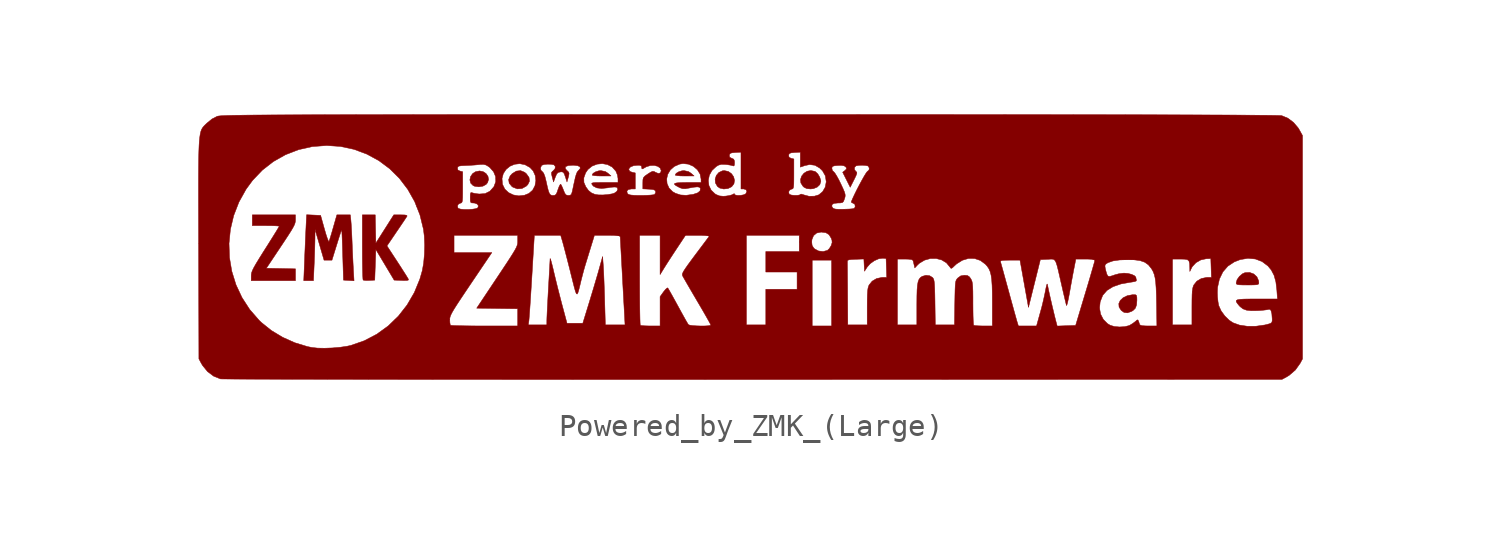
<source format=kicad_sym>
(kicad_symbol_lib
  (version 20211014)
  (generator kicad_symbol_editor)
  (symbol "Powered_by_ZMK_(Large)"
    (pin_names
      (offset 1.016))
    (property "Reference" "G"
      (at 0 5.373 0)
      (effects (font (size 1.27 1.27)) hide))
    (symbol "Powered_by_ZMK_(Large)_0_0"
      (polyline (pts (xy -6.326 3.227) (xy -6.463 3.348) (xy -6.578 3.425) (xy -6.782 3.468) (xy -6.883 3.458) (xy -7.027 3.412) (xy -7.137 3.345) (xy -7.18 3.27) (xy -7.172 3.261) (xy -7.092 3.242) (xy -6.945 3.229) (xy -6.753 3.225) (xy -6.326 3.227)) (stroke (width 0.01) (type default) (color 0 0 0 0)) (fill (type outline)))
      (polyline (pts (xy -2.564 3.227) (xy -2.701 3.348) (xy -2.817 3.425) (xy -3.02 3.468) (xy -3.122 3.458) (xy -3.266 3.412) (xy -3.376 3.345) (xy -3.419 3.27) (xy -3.411 3.261) (xy -3.33 3.242) (xy -3.184 3.229) (xy -2.992 3.225) (xy -2.564 3.227)) (stroke (width 0.01) (type default) (color 0 0 0 0)) (fill (type outline)))
      (polyline (pts (xy -12.124 2.765) (xy -11.983 2.842) (xy -11.917 2.921) (xy -11.87 3.067) (xy -11.897 3.211) (xy -11.983 3.334) (xy -12.115 3.421) (xy -12.278 3.454) (xy -12.459 3.418) (xy -12.588 3.336) (xy -12.684 3.2) (xy -12.716 3.047) (xy -12.679 2.901) (xy -12.568 2.79) (xy -12.489 2.757) (xy -12.308 2.735) (xy -12.124 2.765)) (stroke (width 0.01) (type default) (color 0 0 0 0)) (fill (type outline)))
      (polyline (pts (xy -10.357 2.658) (xy -10.164 2.764) (xy -10.091 2.838) (xy -10.016 2.994) (xy -10.038 3.158) (xy -10.156 3.325) (xy -10.239 3.394) (xy -10.422 3.468) (xy -10.614 3.446) (xy -10.802 3.329) (xy -10.895 3.225) (xy -10.961 3.06) (xy -10.935 2.897) (xy -10.815 2.752) (xy -10.766 2.717) (xy -10.566 2.642) (xy -10.357 2.658)) (stroke (width 0.01) (type default) (color 0 0 0 0)) (fill (type outline)))
      (polyline (pts (xy -1.03 2.656) (xy -0.861 2.739) (xy -0.861 2.739) (xy -0.759 2.872) (xy -0.733 3.029) (xy -0.773 3.189) (xy -0.871 3.33) (xy -1.014 3.43) (xy -1.195 3.468) (xy -1.281 3.459) (xy -1.442 3.384) (xy -1.556 3.251) (xy -1.611 3.085) (xy -1.598 2.91) (xy -1.506 2.751) (xy -1.4 2.677) (xy -1.222 2.636) (xy -1.03 2.656)) (stroke (width 0.01) (type default) (color 0 0 0 0)) (fill (type outline)))
      (polyline (pts (xy 17.244 -2.906) (xy 17.309 -2.868) (xy 17.416 -2.763) (xy 17.471 -2.614) (xy 17.487 -2.397) (xy 17.485 -2.281) (xy 17.471 -2.191) (xy 17.432 -2.156) (xy 17.353 -2.15) (xy 17.282 -2.152) (xy 17.05 -2.196) (xy 16.863 -2.287) (xy 16.732 -2.411) (xy 16.667 -2.556) (xy 16.679 -2.71) (xy 16.776 -2.86) (xy 16.906 -2.953) (xy 17.059 -2.972) (xy 17.244 -2.906)) (stroke (width 0.01) (type default) (color 0 0 0 0)) (fill (type outline)))
      (polyline (pts (xy 2.838 2.651) (xy 3.01 2.721) (xy 3.13 2.836) (xy 3.175 2.98) (xy 3.172 3.019) (xy 3.124 3.174) (xy 3.036 3.322) (xy 2.933 3.418) (xy 2.901 3.434) (xy 2.721 3.472) (xy 2.553 3.439) (xy 2.41 3.349) (xy 2.306 3.22) (xy 2.255 3.068) (xy 2.271 2.908) (xy 2.367 2.758) (xy 2.417 2.713) (xy 2.539 2.654) (xy 2.711 2.638) (xy 2.838 2.651)) (stroke (width 0.01) (type default) (color 0 0 0 0)) (fill (type outline)))
      (polyline (pts (xy 22.773 -1.707) (xy 22.901 -1.7) (xy 22.971 -1.683) (xy 23.001 -1.654) (xy 23.006 -1.609) (xy 22.998 -1.521) (xy 22.92 -1.342) (xy 22.778 -1.211) (xy 22.591 -1.143) (xy 22.381 -1.153) (xy 22.27 -1.201) (xy 22.128 -1.32) (xy 22.022 -1.47) (xy 21.981 -1.619) (xy 21.981 -1.623) (xy 21.991 -1.662) (xy 22.03 -1.688) (xy 22.115 -1.702) (xy 22.264 -1.708) (xy 22.494 -1.71) (xy 22.57 -1.71) (xy 22.773 -1.707)) (stroke (width 0.01) (type default) (color 0 0 0 0)) (fill (type outline)))
      (polyline (pts (xy -20.613 -0.98) (xy -21.273 -0.966) (xy -21.932 -0.953) (xy -21.273 0.036) (xy -21.118 0.269) (xy -20.946 0.531) (xy -20.817 0.733) (xy -20.727 0.886) (xy -20.667 1.002) (xy -20.633 1.093) (xy -20.617 1.17) (xy -20.613 1.245) (xy -20.613 1.465) (xy -22.567 1.465) (xy -22.567 0.977) (xy -21.93 0.977) (xy -21.702 0.975) (xy -21.517 0.969) (xy -21.392 0.961) (xy -21.346 0.952) (xy -21.359 0.926) (xy -21.417 0.828) (xy -21.515 0.667) (xy -21.647 0.455) (xy -21.804 0.204) (xy -21.981 -0.075) (xy -22.096 -0.257) (xy -22.271 -0.537) (xy -22.402 -0.753) (xy -22.495 -0.917) (xy -22.557 -1.042) (xy -22.594 -1.139) (xy -22.611 -1.219) (xy -22.616 -1.296) (xy -22.616 -1.514) (xy -20.613 -1.514) (xy -20.613 -0.98)) (stroke (width 0.01) (type default) (color 0 0 0 0)) (fill (type outline)))
      (polyline (pts (xy -15.575 -1.506) (xy -15.505 -1.489) (xy -15.496 -1.456) (xy -15.522 -1.409) (xy -15.594 -1.291) (xy -15.704 -1.118) (xy -15.84 -0.905) (xy -15.995 -0.666) (xy -16.47 0.06) (xy -16.034 0.702) (xy -15.944 0.834) (xy -15.802 1.044) (xy -15.684 1.219) (xy -15.601 1.345) (xy -15.563 1.404) (xy -15.558 1.414) (xy -15.578 1.445) (xy -15.669 1.461) (xy -15.844 1.465) (xy -16.161 1.465) (xy -16.567 0.825) (xy -16.974 0.185) (xy -16.988 0.825) (xy -17.001 1.465) (xy -17.585 1.465) (xy -17.585 0.008) (xy -17.584 -0.116) (xy -17.583 -0.475) (xy -17.579 -0.798) (xy -17.573 -1.073) (xy -17.567 -1.287) (xy -17.559 -1.428) (xy -17.55 -1.484) (xy -17.522 -1.495) (xy -17.417 -1.506) (xy -17.269 -1.504) (xy -17.023 -1.49) (xy -16.998 -0.797) (xy -16.974 -0.104) (xy -16.559 -0.797) (xy -16.144 -1.49) (xy -15.808 -1.504) (xy -15.721 -1.508) (xy -15.575 -1.506)) (stroke (width 0.01) (type default) (color 0 0 0 0)) (fill (type outline)))
      (polyline (pts (xy -17.992 -0.992) (xy -17.992 -0.983) (xy -18.006 -0.722) (xy -18.021 -0.404) (xy -18.037 -0.069) (xy -18.049 0.244) (xy -18.052 0.312) (xy -18.064 0.59) (xy -18.078 0.85) (xy -18.091 1.065) (xy -18.103 1.209) (xy -18.129 1.465) (xy -18.738 1.465) (xy -18.902 0.891) (xy -18.903 0.889) (xy -18.968 0.662) (xy -19.027 0.467) (xy -19.072 0.325) (xy -19.096 0.257) (xy -19.1 0.254) (xy -19.129 0.297) (xy -19.176 0.416) (xy -19.235 0.595) (xy -19.3 0.819) (xy -19.474 1.441) (xy -20.109 1.47) (xy -20.14 0.82) (xy -20.145 0.717) (xy -20.16 0.402) (xy -20.175 0.041) (xy -20.191 -0.329) (xy -20.204 -0.672) (xy -20.238 -1.514) (xy -19.798 -1.514) (xy -19.766 -0.774) (xy -19.763 -0.706) (xy -19.751 -0.399) (xy -19.741 -0.093) (xy -19.734 0.179) (xy -19.73 0.386) (xy -19.727 0.806) (xy -19.523 0.11) (xy -19.319 -0.586) (xy -19.14 -0.586) (xy -18.961 -0.586) (xy -18.783 -0.012) (xy -18.712 0.216) (xy -18.646 0.427) (xy -18.593 0.59) (xy -18.563 0.684) (xy -18.533 0.764) (xy -18.519 0.758) (xy -18.51 0.659) (xy -18.509 0.65) (xy -18.504 0.542) (xy -18.497 0.356) (xy -18.488 0.112) (xy -18.479 -0.176) (xy -18.469 -0.488) (xy -18.439 -1.49) (xy -18.2 -1.505) (xy -17.961 -1.52) (xy -17.992 -0.992)) (stroke (width 0.01) (type default) (color 0 0 0 0)) (fill (type outline)))
      (polyline (pts (xy -2.931 -5.992) (xy -1.429 -5.991) (xy 0.098 -5.991) (xy 24.057 -5.984) (xy 24.259 -5.876) (xy 24.379 -5.803) (xy 24.662 -5.56) (xy 24.877 -5.258) (xy 24.985 -5.056) (xy 24.985 5.056) (xy 24.838 5.32) (xy 24.787 5.404) (xy 24.578 5.65) (xy 24.323 5.841) (xy 24.047 5.956) (xy 23.997 5.96) (xy 23.869 5.965) (xy 23.665 5.969) (xy 23.384 5.973) (xy 23.023 5.976) (xy 22.583 5.979) (xy 22.062 5.983) (xy 21.46 5.986) (xy 20.776 5.988) (xy 20.008 5.991) (xy 19.155 5.993) (xy 18.217 5.996) (xy 17.193 5.998) (xy 16.082 6) (xy 14.883 6.001) (xy 13.594 6.003) (xy 12.215 6.004) (xy 10.746 6.005) (xy 9.184 6.006) (xy 7.529 6.007) (xy 5.781 6.007) (xy 3.938 6.008) (xy 1.998 6.008) (xy -2.608 6.008) (xy -4.302 6.008) (xy -5.905 6.008) (xy -7.418 6.008) (xy -8.846 6.007) (xy -10.189 6.007) (xy -11.451 6.007) (xy -12.635 6.006) (xy -13.742 6.006) (xy -14.776 6.005) (xy -15.738 6.004) (xy -16.632 6.003) (xy -17.46 6.002) (xy -18.225 6.001) (xy -18.929 5.999) (xy -19.574 5.998) (xy -20.164 5.996) (xy -20.701 5.994) (xy -21.186 5.992) (xy -21.624 5.99) (xy -22.017 5.987) (xy -22.366 5.985) (xy -22.674 5.982) (xy -22.945 5.979) (xy -23.181 5.975) (xy -23.384 5.972) (xy -23.557 5.968) (xy -23.701 5.964) (xy -23.821 5.959) (xy -23.919 5.955) (xy -23.996 5.95) (xy -24.056 5.944) (xy -24.101 5.939) (xy -24.133 5.933) (xy -24.156 5.927) (xy -24.161 5.925) (xy -24.395 5.804) (xy -24.626 5.614) (xy -24.635 5.605) (xy -24.695 5.548) (xy -24.748 5.495) (xy -24.794 5.443) (xy -24.835 5.385) (xy -24.871 5.315) (xy -24.901 5.228) (xy -24.926 5.117) (xy -24.947 4.978) (xy -24.965 4.804) (xy -24.978 4.59) (xy -24.988 4.329) (xy -24.996 4.017) (xy -25 3.647) (xy -25.003 3.214) (xy -25.004 2.712) (xy -25.004 2.135) (xy -25.002 1.478) (xy -25 0.734) (xy -24.999 0.169) (xy -23.622 0.169) (xy -23.559 0.806) (xy -23.41 1.434) (xy -23.173 2.044) (xy -22.848 2.627) (xy -22.555 3.026) (xy -22.112 3.49) (xy -21.612 3.879) (xy -21.062 4.189) (xy -20.471 4.417) (xy -19.847 4.557) (xy -19.197 4.605) (xy -18.577 4.563) (xy -17.961 4.431) (xy -17.38 4.215) (xy -16.839 3.921) (xy -16.346 3.553) (xy -15.907 3.118) (xy -15.528 2.62) (xy -15.216 2.067) (xy -15.134 1.859) (xy -13.281 1.859) (xy -13.242 1.946) (xy -13.151 1.994) (xy -13.13 1.997) (xy -13.093 2.012) (xy -13.069 2.048) (xy -13.054 2.121) (xy -13.046 2.246) (xy -13.043 2.438) (xy -13.042 2.713) (xy -13.042 3.417) (xy -13.167 3.449) (xy -13.26 3.496) (xy -13.277 3.584) (xy -13.276 3.59) (xy -13.257 3.643) (xy -13.205 3.674) (xy -13.101 3.69) (xy -12.92 3.698) (xy -12.744 3.706) (xy -12.507 3.721) (xy -12.309 3.739) (xy -12.252 3.745) (xy -12.101 3.75) (xy -11.989 3.723) (xy -11.875 3.656) (xy -11.81 3.607) (xy -11.642 3.415) (xy -11.551 3.196) (xy -11.548 3.109) (xy -11.261 3.109) (xy -11.202 3.334) (xy -11.076 3.523) (xy -10.9 3.667) (xy -10.689 3.756) (xy -10.457 3.782) (xy -10.219 3.735) (xy -9.989 3.606) (xy -9.978 3.593) (xy -9.521 3.593) (xy -9.466 3.703) (xy -9.452 3.713) (xy -9.349 3.745) (xy -9.199 3.76) (xy -9.042 3.756) (xy -8.918 3.732) (xy -8.902 3.724) (xy -8.847 3.651) (xy -8.862 3.552) (xy -8.944 3.461) (xy -8.975 3.439) (xy -9.017 3.388) (xy -9.02 3.311) (xy -8.987 3.174) (xy -8.928 2.955) (xy -8.847 3.175) (xy -8.84 3.193) (xy -8.781 3.323) (xy -8.715 3.386) (xy -8.617 3.409) (xy -8.558 3.413) (xy -8.491 3.395) (xy -8.444 3.328) (xy -8.394 3.19) (xy -8.319 2.955) (xy -8.26 3.165) (xy -8.245 3.221) (xy -8.225 3.332) (xy -8.244 3.4) (xy -8.309 3.463) (xy -8.338 3.487) (xy -8.403 3.581) (xy -8.376 3.652) (xy -8.261 3.697) (xy -8.06 3.712) (xy -8.016 3.712) (xy -7.832 3.69) (xy -7.731 3.641) (xy -7.718 3.567) (xy -7.797 3.473) (xy -7.801 3.47) (xy -7.84 3.428) (xy -7.875 3.365) (xy -7.911 3.265) (xy -7.944 3.14) (xy -7.557 3.14) (xy -7.475 3.367) (xy -7.374 3.516) (xy -7.186 3.67) (xy -6.96 3.76) (xy -6.72 3.785) (xy -6.484 3.742) (xy -6.274 3.631) (xy -6.111 3.451) (xy -6.101 3.435) (xy -6.035 3.272) (xy -6.008 3.108) (xy -6.008 2.931) (xy -6.62 2.931) (xy -6.852 2.93) (xy -7.029 2.927) (xy -7.136 2.918) (xy -7.188 2.902) (xy -7.199 2.876) (xy -7.183 2.837) (xy -7.125 2.766) (xy -6.969 2.686) (xy -6.748 2.66) (xy -6.476 2.689) (xy -6.324 2.714) (xy -6.174 2.726) (xy -6.084 2.719) (xy -6.047 2.697) (xy -6.017 2.622) (xy -6.053 2.545) (xy -5.607 2.545) (xy -5.539 2.612) (xy -5.399 2.638) (xy -5.227 2.638) (xy -5.227 3.363) (xy -5.373 3.395) (xy -5.481 3.439) (xy -5.52 3.522) (xy -5.516 3.551) (xy -5.445 3.635) (xy -5.301 3.692) (xy -5.101 3.712) (xy -5.03 3.709) (xy -4.953 3.683) (xy -4.934 3.615) (xy -4.933 3.587) (xy -4.923 3.545) (xy -4.878 3.555) (xy -4.775 3.615) (xy -4.725 3.642) (xy -4.546 3.698) (xy -4.366 3.703) (xy -4.208 3.662) (xy -4.097 3.581) (xy -4.054 3.464) (xy -4.054 3.456) (xy -4.092 3.363) (xy -4.184 3.34) (xy -4.311 3.391) (xy -4.374 3.428) (xy -4.439 3.436) (xy -4.523 3.401) (xy -4.656 3.317) (xy -4.659 3.315) (xy -4.788 3.225) (xy -4.855 3.151) (xy -4.87 3.094) (xy -3.805 3.094) (xy -3.754 3.306) (xy -3.638 3.5) (xy -3.458 3.658) (xy -3.217 3.763) (xy -3.061 3.787) (xy -2.818 3.76) (xy -2.596 3.662) (xy -2.414 3.507) (xy -2.292 3.309) (xy -2.247 3.08) (xy -2.247 3.026) (xy -1.92 3.026) (xy -1.873 3.259) (xy -1.753 3.475) (xy -1.56 3.655) (xy -1.453 3.718) (xy -1.323 3.752) (xy -1.148 3.747) (xy -1.067 3.739) (xy -0.916 3.715) (xy -0.818 3.689) (xy -0.771 3.677) (xy -0.74 3.712) (xy -0.733 3.824) (xy -0.737 3.908) (xy -0.771 3.987) (xy -0.858 4.026) (xy -0.865 4.028) (xy -0.954 4.076) (xy -0.968 4.166) (xy -0.962 4.194) (xy -0.929 4.247) (xy -0.849 4.274) (xy -0.696 4.289) (xy -0.44 4.303) (xy -0.44 2.638) (xy -0.323 2.638) (xy -0.312 2.638) (xy -0.207 2.6) (xy -0.174 2.518) (xy -0.186 2.494) (xy 1.715 2.494) (xy 1.754 2.581) (xy 1.844 2.629) (xy 1.86 2.631) (xy 1.899 2.644) (xy 1.925 2.677) (xy 1.941 2.745) (xy 1.95 2.865) (xy 1.953 3.051) (xy 1.954 3.32) (xy 1.954 3.995) (xy 1.829 4.026) (xy 1.822 4.028) (xy 1.733 4.076) (xy 1.719 4.166) (xy 1.724 4.194) (xy 1.758 4.247) (xy 1.838 4.274) (xy 1.99 4.289) (xy 2.247 4.303) (xy 2.247 3.626) (xy 2.453 3.697) (xy 2.67 3.742) (xy 2.909 3.71) (xy 3.127 3.582) (xy 3.128 3.581) (xy 3.673 3.581) (xy 3.681 3.617) (xy 3.717 3.664) (xy 3.803 3.689) (xy 3.961 3.702) (xy 4.114 3.704) (xy 4.232 3.684) (xy 4.302 3.635) (xy 4.328 3.6) (xy 4.335 3.541) (xy 4.267 3.474) (xy 4.164 3.395) (xy 4.335 3.054) (xy 4.506 2.714) (xy 4.675 3.05) (xy 4.693 3.084) (xy 4.769 3.244) (xy 4.804 3.342) (xy 4.802 3.397) (xy 4.767 3.429) (xy 4.757 3.435) (xy 4.698 3.518) (xy 4.701 3.615) (xy 4.766 3.683) (xy 4.778 3.686) (xy 4.888 3.705) (xy 5.031 3.712) (xy 5.056 3.712) (xy 5.197 3.702) (xy 5.296 3.683) (xy 5.322 3.668) (xy 5.368 3.588) (xy 5.356 3.495) (xy 5.288 3.434) (xy 5.278 3.428) (xy 5.224 3.356) (xy 5.14 3.22) (xy 5.037 3.037) (xy 4.922 2.826) (xy 4.807 2.604) (xy 4.701 2.389) (xy 4.613 2.2) (xy 4.553 2.054) (xy 4.566 2.024) (xy 4.642 1.988) (xy 4.715 1.946) (xy 4.73 1.847) (xy 4.729 1.84) (xy 4.714 1.79) (xy 4.678 1.758) (xy 4.6 1.739) (xy 4.462 1.728) (xy 4.245 1.72) (xy 4.237 1.72) (xy 4.007 1.717) (xy 3.856 1.724) (xy 3.765 1.745) (xy 3.714 1.781) (xy 3.675 1.843) (xy 3.68 1.929) (xy 3.772 1.984) (xy 3.947 2.003) (xy 4.06 2.005) (xy 4.153 2.023) (xy 4.205 2.078) (xy 4.247 2.192) (xy 4.263 2.242) (xy 4.279 2.321) (xy 4.273 2.403) (xy 4.241 2.509) (xy 4.177 2.66) (xy 4.075 2.878) (xy 3.99 3.051) (xy 3.891 3.231) (xy 3.807 3.363) (xy 3.749 3.425) (xy 3.699 3.469) (xy 3.673 3.581) (xy 3.128 3.581) (xy 3.253 3.456) (xy 3.379 3.233) (xy 3.419 2.97) (xy 3.419 2.958) (xy 3.374 2.718) (xy 3.256 2.514) (xy 3.082 2.371) (xy 2.885 2.311) (xy 2.64 2.307) (xy 2.406 2.369) (xy 2.381 2.379) (xy 2.285 2.405) (xy 2.247 2.391) (xy 2.21 2.364) (xy 2.109 2.349) (xy 1.978 2.348) (xy 1.852 2.36) (xy 1.766 2.388) (xy 1.741 2.409) (xy 1.715 2.494) (xy -0.186 2.494) (xy -0.225 2.419) (xy -0.234 2.412) (xy -0.325 2.372) (xy -0.454 2.349) (xy -0.587 2.345) (xy -0.691 2.361) (xy -0.733 2.399) (xy -0.745 2.428) (xy -0.803 2.396) (xy -0.845 2.374) (xy -0.972 2.338) (xy -1.132 2.314) (xy -1.245 2.307) (xy -1.414 2.323) (xy -1.563 2.383) (xy -1.619 2.418) (xy -1.792 2.586) (xy -1.893 2.795) (xy -1.92 3.026) (xy -2.247 3.026) (xy -2.247 2.931) (xy -2.884 2.931) (xy -3.161 2.926) (xy -3.345 2.913) (xy -3.442 2.888) (xy -3.455 2.848) (xy -3.389 2.791) (xy -3.249 2.715) (xy -3.184 2.684) (xy -3.074 2.65) (xy -2.955 2.649) (xy -2.785 2.679) (xy -2.584 2.716) (xy -2.421 2.732) (xy -2.325 2.718) (xy -2.282 2.674) (xy -2.278 2.66) (xy -2.293 2.551) (xy -2.399 2.462) (xy -2.591 2.398) (xy -2.624 2.391) (xy -2.925 2.35) (xy -3.176 2.366) (xy -3.406 2.441) (xy -3.537 2.516) (xy -3.699 2.682) (xy -3.787 2.88) (xy -3.805 3.094) (xy -4.87 3.094) (xy -4.881 3.056) (xy -4.885 2.904) (xy -4.885 2.643) (xy -4.604 2.628) (xy -4.55 2.625) (xy -4.408 2.608) (xy -4.335 2.576) (xy -4.306 2.521) (xy -4.307 2.465) (xy -4.355 2.388) (xy -4.409 2.374) (xy -4.546 2.359) (xy -4.739 2.349) (xy -4.964 2.345) (xy -5.024 2.345) (xy -5.261 2.349) (xy -5.42 2.362) (xy -5.517 2.384) (xy -5.568 2.417) (xy -5.591 2.45) (xy -5.607 2.545) (xy -6.053 2.545) (xy -6.059 2.532) (xy -6.165 2.453) (xy -6.269 2.418) (xy -6.466 2.384) (xy -6.69 2.366) (xy -6.901 2.369) (xy -7.058 2.395) (xy -7.21 2.459) (xy -7.344 2.566) (xy -7.467 2.736) (xy -7.553 2.934) (xy -7.557 3.14) (xy -7.944 3.14) (xy -7.951 3.115) (xy -8 2.898) (xy -8.063 2.601) (xy -8.087 2.495) (xy -8.122 2.396) (xy -8.171 2.353) (xy -8.252 2.345) (xy -8.28 2.345) (xy -8.358 2.367) (xy -8.415 2.436) (xy -8.475 2.577) (xy -8.506 2.658) (xy -8.561 2.783) (xy -8.599 2.851) (xy -8.626 2.84) (xy -8.672 2.757) (xy -8.724 2.619) (xy -8.765 2.494) (xy -8.813 2.396) (xy -8.868 2.354) (xy -8.949 2.345) (xy -9.007 2.348) (xy -9.067 2.372) (xy -9.114 2.432) (xy -9.158 2.542) (xy -9.204 2.719) (xy -9.261 2.976) (xy -9.315 3.193) (xy -9.375 3.351) (xy -9.436 3.424) (xy -9.498 3.482) (xy -9.521 3.593) (xy -9.978 3.593) (xy -9.849 3.452) (xy -9.755 3.24) (xy -9.729 3.008) (xy -9.769 2.782) (xy -9.874 2.583) (xy -10.043 2.436) (xy -10.244 2.354) (xy -10.498 2.325) (xy -10.744 2.366) (xy -10.963 2.471) (xy -11.134 2.632) (xy -11.237 2.842) (xy -11.241 2.856) (xy -11.261 3.109) (xy -11.548 3.109) (xy -11.544 2.966) (xy -11.625 2.747) (xy -11.636 2.73) (xy -11.809 2.535) (xy -12.025 2.428) (xy -12.285 2.409) (xy -12.366 2.417) (xy -12.517 2.44) (xy -12.614 2.466) (xy -12.64 2.475) (xy -12.679 2.465) (xy -12.696 2.397) (xy -12.7 2.252) (xy -12.698 2.128) (xy -12.684 2.042) (xy -12.642 2.008) (xy -12.559 2.003) (xy -12.494 1.997) (xy -12.38 1.951) (xy -12.329 1.873) (xy -12.358 1.783) (xy -12.365 1.776) (xy -12.455 1.743) (xy -12.607 1.72) (xy -12.791 1.708) (xy -12.976 1.709) (xy -13.133 1.724) (xy -13.23 1.753) (xy -13.255 1.774) (xy -13.281 1.859) (xy -15.134 1.859) (xy -14.977 1.463) (xy -14.818 0.813) (xy -14.78 0.503) (xy -14.763 0.099) (xy -14.774 -0.321) (xy -14.81 -0.721) (xy -14.871 -1.063) (xy -14.981 -1.444) (xy -15.232 -2.055) (xy -15.559 -2.616) (xy -15.955 -3.122) (xy -16.123 -3.284) (xy -13.628 -3.284) (xy -13.628 -3.26) (xy -13.621 -3.196) (xy -13.602 -3.126) (xy -13.565 -3.039) (xy -13.506 -2.926) (xy -13.418 -2.778) (xy -13.296 -2.587) (xy -13.135 -2.342) (xy -12.93 -2.035) (xy -12.675 -1.656) (xy -11.722 -0.244) (xy -13.433 -0.244) (xy -13.433 0.537) (xy -10.551 0.537) (xy -10.551 0.281) (xy -10.552 0.215) (xy -10.559 0.148) (xy -10.578 0.076) (xy -10.613 -0.011) (xy -10.671 -0.121) (xy -10.756 -0.265) (xy -10.874 -0.452) (xy -11.03 -0.692) (xy -11.23 -0.994) (xy -11.479 -1.368) (xy -12.407 -2.76) (xy -11.479 -2.773) (xy -10.551 -2.786) (xy -10.551 -3.517) (xy -10.071 -3.517) (xy -10.044 -3.334) (xy -10.044 -3.331) (xy -10.035 -3.235) (xy -10.021 -3.055) (xy -10.002 -2.802) (xy -9.981 -2.489) (xy -9.958 -2.127) (xy -9.933 -1.729) (xy -9.907 -1.307) (xy -9.797 0.537) (xy -8.604 0.537) (xy -8.521 0.256) (xy -8.506 0.203) (xy -8.46 0.034) (xy -8.398 -0.203) (xy -8.323 -0.491) (xy -8.241 -0.812) (xy -8.156 -1.147) (xy -8.145 -1.195) (xy -8.055 -1.554) (xy -7.987 -1.823) (xy -7.935 -2.005) (xy -7.894 -2.104) (xy -7.859 -2.122) (xy -7.824 -2.065) (xy -7.784 -1.933) (xy -7.734 -1.733) (xy -7.67 -1.465) (xy -7.657 -1.417) (xy -7.599 -1.192) (xy -7.543 -0.984) (xy -7.498 -0.83) (xy -7.462 -0.713) (xy -7.402 -0.518) (xy -7.33 -0.283) (xy -7.254 -0.037) (xy -7.077 0.537) (xy -6.494 0.537) (xy -5.031 0.537) (xy -4.103 0.537) (xy -0.195 0.537) (xy 2.198 0.537) (xy 2.198 0.236) (xy 2.762 0.236) (xy 2.772 0.345) (xy 2.847 0.526) (xy 2.988 0.643) (xy 3.187 0.684) (xy 3.199 0.684) (xy 3.405 0.656) (xy 3.546 0.569) (xy 3.644 0.411) (xy 3.678 0.317) (xy 3.686 0.208) (xy 3.644 0.077) (xy 3.637 0.062) (xy 3.56 -0.063) (xy 3.475 -0.143) (xy 3.471 -0.145) (xy 3.279 -0.195) (xy 3.073 -0.171) (xy 2.898 -0.079) (xy 2.851 -0.034) (xy 2.781 0.079) (xy 2.762 0.236) (xy 2.198 0.236) (xy 2.198 -0.195) (xy 0.684 -0.195) (xy 0.684 -0.586) (xy 2.784 -0.586) (xy 3.663 -0.586) (xy 3.663 -0.672) (xy 4.375 -0.672) (xy 4.375 -0.639) (xy 4.392 -0.596) (xy 4.446 -0.571) (xy 4.558 -0.557) (xy 4.748 -0.547) (xy 5.124 -0.533) (xy 5.138 -0.811) (xy 5.153 -1.088) (xy 5.275 -0.898) (xy 5.412 -0.743) (xy 5.599 -0.61) (xy 5.801 -0.522) (xy 5.984 -0.499) (xy 6.13 -0.513) (xy 6.131 -0.537) (xy 6.643 -0.537) (xy 6.987 -0.537) (xy 7.141 -0.541) (xy 7.29 -0.561) (xy 7.349 -0.598) (xy 7.369 -0.676) (xy 7.398 -0.799) (xy 7.429 -0.938) (xy 7.542 -0.816) (xy 7.636 -0.727) (xy 7.872 -0.586) (xy 8.132 -0.514) (xy 8.396 -0.511) (xy 8.646 -0.576) (xy 8.862 -0.707) (xy 9.024 -0.903) (xy 9.041 -0.933) (xy 9.079 -0.96) (xy 9.134 -0.931) (xy 9.232 -0.838) (xy 9.323 -0.755) (xy 9.585 -0.591) (xy 9.862 -0.509) (xy 10.138 -0.512) (xy 10.399 -0.6) (xy 10.463 -0.647) (xy 11.307 -0.647) (xy 11.314 -0.622) (xy 11.379 -0.601) (xy 11.517 -0.59) (xy 11.74 -0.586) (xy 12.193 -0.586) (xy 12.385 -1.656) (xy 12.577 -2.726) (xy 12.846 -1.644) (xy 13.115 -0.562) (xy 13.445 -0.547) (xy 13.471 -0.546) (xy 13.579 -0.539) (xy 13.663 -0.54) (xy 13.728 -0.558) (xy 13.78 -0.605) (xy 13.826 -0.693) (xy 13.871 -0.831) (xy 13.922 -1.031) (xy 13.985 -1.304) (xy 14.066 -1.661) (xy 14.067 -1.665) (xy 14.133 -1.953) (xy 14.193 -2.21) (xy 14.243 -2.421) (xy 14.279 -2.569) (xy 14.298 -2.638) (xy 14.301 -2.642) (xy 14.321 -2.601) (xy 14.353 -2.483) (xy 14.391 -2.303) (xy 14.434 -2.076) (xy 14.478 -1.823) (xy 14.534 -1.514) (xy 14.588 -1.223) (xy 14.633 -0.989) (xy 14.722 -0.537) (xy 15.152 -0.537) (xy 19.099 -0.537) (xy 19.459 -0.537) (xy 19.637 -0.541) (xy 19.771 -0.563) (xy 19.843 -0.624) (xy 19.873 -0.739) (xy 19.881 -0.928) (xy 19.883 -1.099) (xy 19.963 -0.935) (xy 19.997 -0.876) (xy 20.161 -0.701) (xy 20.379 -0.576) (xy 20.619 -0.523) (xy 20.833 -0.513) (xy 20.861 -1.368) (xy 20.676 -1.368) (xy 20.638 -1.369) (xy 20.401 -1.42) (xy 20.2 -1.539) (xy 20.064 -1.71) (xy 20.042 -1.759) (xy 20.015 -1.851) (xy 19.997 -1.974) (xy 19.993 -2.027) (xy 21.128 -2.027) (xy 21.14 -1.814) (xy 21.223 -1.44) (xy 21.379 -1.118) (xy 21.606 -0.857) (xy 21.898 -0.664) (xy 22.167 -0.56) (xy 22.515 -0.503) (xy 22.848 -0.533) (xy 23.153 -0.649) (xy 23.418 -0.848) (xy 23.57 -1.031) (xy 23.697 -1.274) (xy 23.779 -1.571) (xy 23.823 -1.942) (xy 23.851 -2.345) (xy 22.916 -2.345) (xy 22.606 -2.345) (xy 22.34 -2.349) (xy 22.155 -2.36) (xy 22.04 -2.381) (xy 21.986 -2.415) (xy 21.985 -2.465) (xy 22.027 -2.535) (xy 22.102 -2.628) (xy 22.161 -2.692) (xy 22.291 -2.792) (xy 22.45 -2.851) (xy 22.66 -2.875) (xy 22.943 -2.871) (xy 23.021 -2.867) (xy 23.217 -2.851) (xy 23.371 -2.832) (xy 23.456 -2.813) (xy 23.494 -2.806) (xy 23.556 -2.862) (xy 23.596 -3.01) (xy 23.613 -3.244) (xy 23.613 -3.334) (xy 23.593 -3.411) (xy 23.526 -3.455) (xy 23.389 -3.495) (xy 23.277 -3.521) (xy 22.878 -3.578) (xy 22.489 -3.58) (xy 22.134 -3.527) (xy 21.838 -3.421) (xy 21.669 -3.309) (xy 21.466 -3.111) (xy 21.298 -2.88) (xy 21.194 -2.65) (xy 21.191 -2.642) (xy 21.159 -2.471) (xy 21.136 -2.251) (xy 21.128 -2.027) (xy 19.993 -2.027) (xy 19.985 -2.146) (xy 19.98 -2.382) (xy 19.978 -2.699) (xy 19.978 -3.517) (xy 19.099 -3.517) (xy 19.099 -0.537) (xy 15.152 -0.537) (xy 15.268 -0.538) (xy 15.45 -0.547) (xy 15.55 -0.567) (xy 15.58 -0.598) (xy 15.578 -0.613) (xy 15.553 -0.709) (xy 15.504 -0.882) (xy 15.436 -1.119) (xy 15.351 -1.41) (xy 15.253 -1.741) (xy 15.145 -2.1) (xy 14.947 -2.758) (xy 15.794 -2.758) (xy 15.823 -2.472) (xy 15.934 -2.19) (xy 15.948 -2.167) (xy 16.134 -1.955) (xy 16.406 -1.787) (xy 16.765 -1.663) (xy 17.209 -1.584) (xy 17.243 -1.58) (xy 17.391 -1.555) (xy 17.459 -1.524) (xy 17.465 -1.48) (xy 17.454 -1.446) (xy 17.438 -1.365) (xy 17.435 -1.35) (xy 17.372 -1.287) (xy 17.245 -1.23) (xy 17.084 -1.189) (xy 16.915 -1.175) (xy 16.862 -1.177) (xy 16.662 -1.204) (xy 16.486 -1.251) (xy 16.39 -1.286) (xy 16.257 -1.324) (xy 16.177 -1.308) (xy 16.128 -1.229) (xy 16.083 -1.077) (xy 16.053 -0.952) (xy 16.038 -0.85) (xy 16.054 -0.791) (xy 16.102 -0.746) (xy 16.181 -0.698) (xy 16.403 -0.621) (xy 16.706 -0.577) (xy 17.096 -0.562) (xy 17.352 -0.57) (xy 17.629 -0.606) (xy 17.841 -0.68) (xy 18.007 -0.798) (xy 18.143 -0.966) (xy 18.151 -0.977) (xy 18.218 -1.096) (xy 18.27 -1.228) (xy 18.309 -1.387) (xy 18.337 -1.587) (xy 18.356 -1.843) (xy 18.369 -2.168) (xy 18.377 -2.577) (xy 18.391 -3.566) (xy 18.011 -3.566) (xy 17.887 -3.564) (xy 17.73 -3.554) (xy 17.643 -3.531) (xy 17.608 -3.493) (xy 17.602 -3.474) (xy 17.56 -3.344) (xy 17.529 -3.29) (xy 17.49 -3.299) (xy 17.425 -3.357) (xy 17.302 -3.45) (xy 17.16 -3.536) (xy 17.128 -3.55) (xy 16.932 -3.598) (xy 16.696 -3.611) (xy 16.463 -3.59) (xy 16.277 -3.534) (xy 16.157 -3.462) (xy 15.966 -3.27) (xy 15.843 -3.03) (xy 15.794 -2.758) (xy 14.947 -2.758) (xy 14.712 -3.541) (xy 14.294 -3.555) (xy 13.877 -3.57) (xy 13.828 -3.385) (xy 13.811 -3.321) (xy 13.762 -3.127) (xy 13.704 -2.884) (xy 13.64 -2.617) (xy 13.578 -2.349) (xy 13.523 -2.105) (xy 13.48 -1.909) (xy 13.455 -1.783) (xy 13.453 -1.773) (xy 13.436 -1.691) (xy 13.421 -1.666) (xy 13.402 -1.707) (xy 13.374 -1.824) (xy 13.334 -2.027) (xy 13.323 -2.083) (xy 13.27 -2.329) (xy 13.214 -2.57) (xy 13.166 -2.76) (xy 13.131 -2.883) (xy 13.068 -3.111) (xy 13.013 -3.309) (xy 12.941 -3.566) (xy 12.121 -3.566) (xy 12.072 -3.407) (xy 12.047 -3.325) (xy 12.001 -3.16) (xy 11.936 -2.929) (xy 11.858 -2.645) (xy 11.769 -2.324) (xy 11.675 -1.978) (xy 11.582 -1.64) (xy 11.497 -1.33) (xy 11.424 -1.063) (xy 11.365 -0.852) (xy 11.325 -0.709) (xy 11.307 -0.647) (xy 10.463 -0.647) (xy 10.63 -0.773) (xy 10.704 -0.856) (xy 10.781 -0.968) (xy 10.84 -1.1) (xy 10.883 -1.264) (xy 10.912 -1.472) (xy 10.93 -1.739) (xy 10.939 -2.077) (xy 10.941 -2.5) (xy 10.941 -3.566) (xy 10.534 -3.566) (xy 10.47 -3.565) (xy 10.289 -3.559) (xy 10.156 -3.548) (xy 10.095 -3.533) (xy 10.094 -3.531) (xy 10.084 -3.464) (xy 10.075 -3.316) (xy 10.068 -3.103) (xy 10.064 -2.84) (xy 10.062 -2.544) (xy 10.062 -2.255) (xy 10.059 -1.993) (xy 10.052 -1.8) (xy 10.041 -1.663) (xy 10.024 -1.565) (xy 9.999 -1.492) (xy 9.965 -1.429) (xy 9.906 -1.345) (xy 9.818 -1.284) (xy 9.681 -1.27) (xy 9.675 -1.27) (xy 9.507 -1.299) (xy 9.375 -1.396) (xy 9.347 -1.427) (xy 9.314 -1.473) (xy 9.289 -1.532) (xy 9.272 -1.619) (xy 9.261 -1.747) (xy 9.253 -1.93) (xy 9.247 -2.183) (xy 9.241 -2.519) (xy 9.226 -3.517) (xy 8.358 -3.517) (xy 8.343 -2.496) (xy 8.343 -2.467) (xy 8.337 -2.129) (xy 8.33 -1.874) (xy 8.321 -1.689) (xy 8.308 -1.56) (xy 8.291 -1.473) (xy 8.267 -1.415) (xy 8.235 -1.373) (xy 8.104 -1.292) (xy 7.933 -1.272) (xy 7.764 -1.32) (xy 7.757 -1.324) (xy 7.68 -1.378) (xy 7.622 -1.453) (xy 7.58 -1.561) (xy 7.551 -1.716) (xy 7.533 -1.93) (xy 7.525 -2.216) (xy 7.522 -2.586) (xy 7.522 -3.517) (xy 6.643 -3.517) (xy 6.643 -0.537) (xy 6.131 -0.537) (xy 6.158 -1.368) (xy 5.973 -1.368) (xy 5.936 -1.369) (xy 5.698 -1.42) (xy 5.498 -1.539) (xy 5.361 -1.71) (xy 5.339 -1.759) (xy 5.312 -1.851) (xy 5.294 -1.974) (xy 5.283 -2.146) (xy 5.277 -2.382) (xy 5.275 -2.699) (xy 5.275 -3.517) (xy 4.396 -3.517) (xy 4.387 -2.149) (xy 4.387 -2.115) (xy 4.385 -1.756) (xy 4.382 -1.426) (xy 4.38 -1.139) (xy 4.378 -0.908) (xy 4.376 -0.748) (xy 4.375 -0.672) (xy 3.663 -0.672) (xy 3.663 -3.566) (xy 2.784 -3.566) (xy 2.784 -0.586) (xy 0.684 -0.586) (xy 0.684 -1.123) (xy 2.1 -1.123) (xy 2.1 -1.905) (xy 0.684 -1.905) (xy 0.684 -3.517) (xy -0.195 -3.517) (xy -0.195 0.537) (xy -4.103 0.537) (xy -4.103 -1.239) (xy -3.92 -0.941) (xy -3.907 -0.92) (xy -3.802 -0.754) (xy -3.663 -0.538) (xy -3.505 -0.295) (xy -3.346 -0.054) (xy -2.955 0.535) (xy -2.4 0.536) (xy -2.266 0.536) (xy -2.066 0.532) (xy -1.944 0.521) (xy -1.89 0.503) (xy -1.892 0.476) (xy -1.896 0.47) (xy -1.95 0.4) (xy -2.05 0.266) (xy -2.188 0.082) (xy -2.354 -0.139) (xy -2.538 -0.384) (xy -2.679 -0.574) (xy -2.848 -0.804) (xy -2.967 -0.975) (xy -3.044 -1.097) (xy -3.086 -1.183) (xy -3.098 -1.243) (xy -3.088 -1.288) (xy -3.066 -1.331) (xy -2.996 -1.454) (xy -2.89 -1.639) (xy -2.754 -1.873) (xy -2.596 -2.143) (xy -2.424 -2.436) (xy -2.292 -2.66) (xy -2.135 -2.929) (xy -2.002 -3.162) (xy -1.898 -3.346) (xy -1.831 -3.471) (xy -1.807 -3.523) (xy -1.829 -3.539) (xy -1.925 -3.557) (xy -2.078 -3.566) (xy -2.262 -3.567) (xy -2.454 -3.561) (xy -2.627 -3.549) (xy -2.758 -3.53) (xy -2.822 -3.505) (xy -2.855 -3.452) (xy -2.929 -3.326) (xy -3.032 -3.142) (xy -3.157 -2.916) (xy -3.296 -2.662) (xy -3.424 -2.428) (xy -3.548 -2.203) (xy -3.65 -2.021) (xy -3.722 -1.896) (xy -3.756 -1.843) (xy -3.785 -1.847) (xy -3.857 -1.91) (xy -3.948 -2.022) (xy -4.103 -2.239) (xy -4.103 -3.566) (xy -4.535 -3.566) (xy -4.621 -3.565) (xy -4.804 -3.559) (xy -4.938 -3.548) (xy -4.999 -3.533) (xy -5.002 -3.52) (xy -5.009 -3.425) (xy -5.015 -3.246) (xy -5.02 -2.996) (xy -5.025 -2.684) (xy -5.028 -2.321) (xy -5.03 -1.917) (xy -5.031 -1.482) (xy -5.031 0.537) (xy -6.494 0.537) (xy -6.406 0.537) (xy -6.185 0.535) (xy -6.041 0.527) (xy -5.957 0.513) (xy -5.918 0.488) (xy -5.907 0.452) (xy -5.907 0.442) (xy -5.902 0.349) (xy -5.892 0.173) (xy -5.879 -0.076) (xy -5.862 -0.386) (xy -5.842 -0.747) (xy -5.82 -1.147) (xy -5.797 -1.575) (xy -5.69 -3.517) (xy -6.582 -3.517) (xy -6.614 -2.381) (xy -6.617 -2.251) (xy -6.629 -1.897) (xy -6.641 -1.558) (xy -6.653 -1.254) (xy -6.665 -1.005) (xy -6.675 -0.833) (xy -6.705 -0.42) (xy -6.868 -1.004) (xy -6.922 -1.194) (xy -7.009 -1.49) (xy -7.109 -1.829) (xy -7.215 -2.18) (xy -7.317 -2.516) (xy -7.603 -3.444) (xy -8.318 -3.444) (xy -8.534 -2.638) (xy -8.561 -2.538) (xy -8.653 -2.182) (xy -8.75 -1.801) (xy -8.84 -1.435) (xy -8.915 -1.123) (xy -8.946 -0.988) (xy -8.999 -0.774) (xy -9.042 -0.615) (xy -9.072 -0.523) (xy -9.083 -0.513) (xy -9.086 -0.567) (xy -9.094 -0.711) (xy -9.106 -0.925) (xy -9.121 -1.198) (xy -9.139 -1.513) (xy -9.159 -1.856) (xy -9.174 -2.125) (xy -9.192 -2.462) (xy -9.208 -2.764) (xy -9.22 -3.017) (xy -9.228 -3.204) (xy -9.231 -3.309) (xy -9.232 -3.517) (xy -10.071 -3.517) (xy -10.551 -3.517) (xy -10.551 -3.566) (xy -12.057 -3.566) (xy -12.223 -3.566) (xy -12.585 -3.564) (xy -12.91 -3.56) (xy -13.185 -3.555) (xy -13.4 -3.549) (xy -13.54 -3.541) (xy -13.595 -3.533) (xy -13.604 -3.517) (xy -13.621 -3.423) (xy -13.628 -3.284) (xy -16.123 -3.284) (xy -16.414 -3.565) (xy -16.93 -3.938) (xy -17.495 -4.234) (xy -18.104 -4.446) (xy -18.281 -4.485) (xy -18.595 -4.531) (xy -18.944 -4.561) (xy -19.294 -4.574) (xy -19.615 -4.568) (xy -19.872 -4.54) (xy -20.074 -4.498) (xy -20.643 -4.325) (xy -21.195 -4.078) (xy -21.707 -3.769) (xy -22.153 -3.411) (xy -22.253 -3.315) (xy -22.684 -2.821) (xy -23.035 -2.279) (xy -23.306 -1.701) (xy -23.495 -1.093) (xy -23.601 -0.467) (xy -23.622 0.169) (xy -24.999 0.169) (xy -24.998 -0.101) (xy -24.985 -5.056) (xy -24.877 -5.258) (xy -24.82 -5.354) (xy -24.595 -5.631) (xy -24.319 -5.838) (xy -24.008 -5.963) (xy -23.976 -5.964) (xy -23.851 -5.966) (xy -23.632 -5.968) (xy -23.324 -5.971) (xy -22.93 -5.973) (xy -22.451 -5.975) (xy -21.892 -5.976) (xy -21.256 -5.978) (xy -20.544 -5.98) (xy -19.761 -5.981) (xy -18.909 -5.983) (xy -17.991 -5.984) (xy -17.011 -5.986) (xy -15.971 -5.987) (xy -14.873 -5.988) (xy -13.722 -5.989) (xy -12.52 -5.989) (xy -11.27 -5.99) (xy -9.975 -5.991) (xy -8.639 -5.991) (xy -7.263 -5.992) (xy -5.851 -5.992) (xy -4.406 -5.992) (xy -2.931 -5.992)) (stroke (width 0.01) (type default) (color 0 0 0 0)) (fill (type outline))))))
</source>
